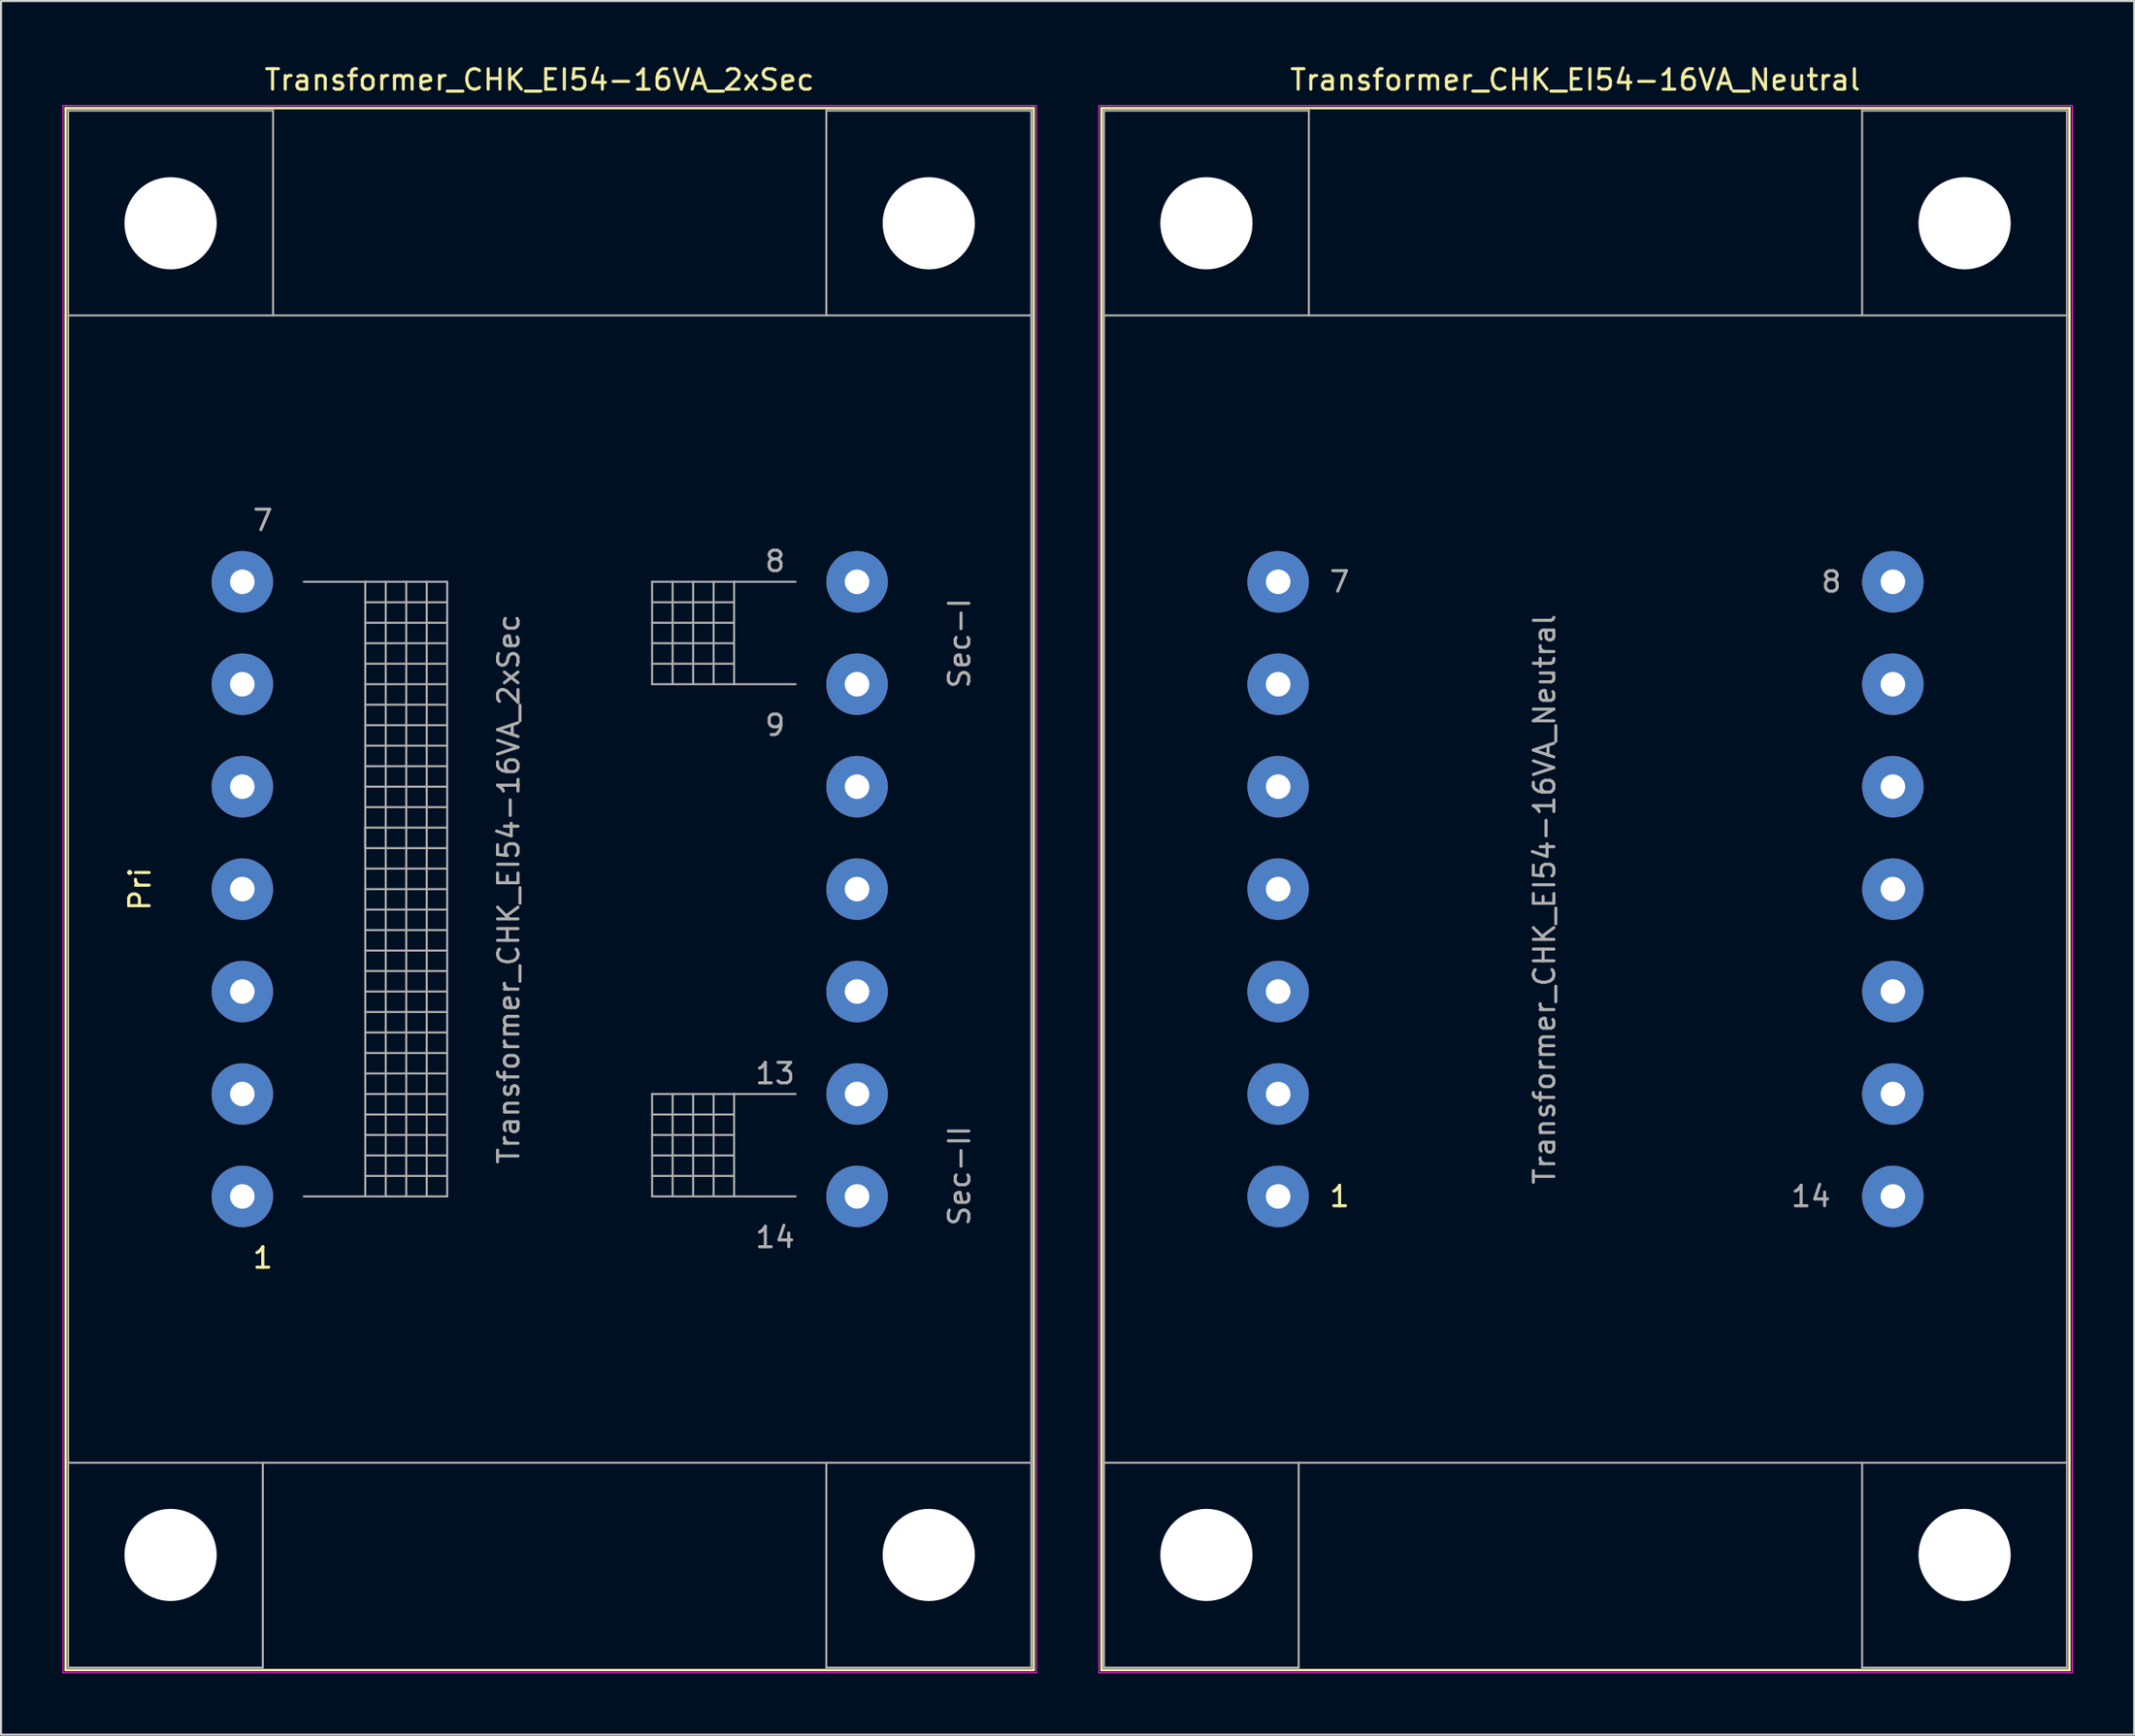
<source format=kicad_pcb>
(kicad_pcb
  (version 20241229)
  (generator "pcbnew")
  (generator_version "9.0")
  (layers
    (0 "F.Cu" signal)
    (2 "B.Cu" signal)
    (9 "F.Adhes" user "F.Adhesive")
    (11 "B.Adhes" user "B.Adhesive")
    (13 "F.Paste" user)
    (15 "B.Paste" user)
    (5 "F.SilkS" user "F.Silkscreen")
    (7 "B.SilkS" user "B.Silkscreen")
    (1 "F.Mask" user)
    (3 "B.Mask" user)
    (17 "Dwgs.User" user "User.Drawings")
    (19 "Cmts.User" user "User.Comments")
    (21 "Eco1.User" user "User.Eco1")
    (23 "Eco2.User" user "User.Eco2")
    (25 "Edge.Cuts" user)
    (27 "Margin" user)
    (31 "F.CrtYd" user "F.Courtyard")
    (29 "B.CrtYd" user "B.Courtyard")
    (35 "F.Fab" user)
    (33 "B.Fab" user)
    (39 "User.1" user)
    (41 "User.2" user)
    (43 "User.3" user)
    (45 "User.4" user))
  (footprint "Transformer_CHK_EI54-16VA_2xSec"
    (layer "F.Cu")
    (at 8.775 55.348)
    (property "Reference" "Transformer_CHK_EI54-16VA_2xSec" (at 14.5 -54.5 0) (layer "F.SilkS") (effects (font (size 1 1) (thickness 0.15))))
    (attr through_hole)
    (fp_line (start -8.62 -53.12) (end -8.62 23.12) (stroke (width 0.12) (type solid)) (layer "F.SilkS"))
    (fp_line (start -8.62 -53.12) (end 38.62 -53.12) (stroke (width 0.12) (type solid)) (layer "F.SilkS"))
    (fp_line (start 38.62 23.12) (end -8.62 23.12) (stroke (width 0.12) (type solid)) (layer "F.SilkS"))
    (fp_line (start 38.62 23.12) (end 38.62 -53.12) (stroke (width 0.12) (type solid)) (layer "F.SilkS"))
    (fp_line (start -8.75 -53.25) (end -8.75 23.25) (stroke (width 0.05) (type solid)) (layer "F.CrtYd"))
    (fp_line (start -8.75 -53.25) (end 38.75 -53.25) (stroke (width 0.05) (type solid)) (layer "F.CrtYd"))
    (fp_line (start 38.75 23.25) (end -8.75 23.25) (stroke (width 0.05) (type solid)) (layer "F.CrtYd"))
    (fp_line (start 38.75 23.25) (end 38.75 -53.25) (stroke (width 0.05) (type solid)) (layer "F.CrtYd"))
    (fp_line (start -8.5 -53) (end 1.5 -53) (stroke (width 0.1) (type solid)) (layer "F.Fab"))
    (fp_line (start -8.5 -43) (end -8.5 -53) (stroke (width 0.1) (type solid)) (layer "F.Fab"))
    (fp_line (start -8.5 -43) (end -8.5 13) (stroke (width 0.1) (type solid)) (layer "F.Fab"))
    (fp_line (start -8.5 13) (end -8.5 23) (stroke (width 0.1) (type solid)) (layer "F.Fab"))
    (fp_line (start -8.5 13) (end 38.5 13) (stroke (width 0.1) (type solid)) (layer "F.Fab"))
    (fp_line (start -8.5 23) (end 1 23) (stroke (width 0.1) (type solid)) (layer "F.Fab"))
    (fp_line (start 1 23) (end 1 13) (stroke (width 0.1) (type solid)) (layer "F.Fab"))
    (fp_line (start 1.5 -53) (end 1.5 -43) (stroke (width 0.1) (type solid)) (layer "F.Fab"))
    (fp_line (start 3 -30) (end 6 -30) (stroke (width 0.1) (type solid)) (layer "F.Fab"))
    (fp_line (start 6 -30) (end 6 0) (stroke (width 0.1) (type solid)) (layer "F.Fab"))
    (fp_line (start 6 -30) (end 10 -30) (stroke (width 0.1) (type solid)) (layer "F.Fab"))
    (fp_line (start 6 -29) (end 10 -29) (stroke (width 0.1) (type solid)) (layer "F.Fab"))
    (fp_line (start 6 -27) (end 10 -27) (stroke (width 0.1) (type solid)) (layer "F.Fab"))
    (fp_line (start 6 -25) (end 10 -25) (stroke (width 0.1) (type solid)) (layer "F.Fab"))
    (fp_line (start 6 -23) (end 10 -23) (stroke (width 0.1) (type solid)) (layer "F.Fab"))
    (fp_line (start 6 -21) (end 10 -21) (stroke (width 0.1) (type solid)) (layer "F.Fab"))
    (fp_line (start 6 -19) (end 10 -19) (stroke (width 0.1) (type solid)) (layer "F.Fab"))
    (fp_line (start 6 -18) (end 6 -17) (stroke (width 0.1) (type solid)) (layer "F.Fab"))
    (fp_line (start 6 -17) (end 10 -17) (stroke (width 0.1) (type solid)) (layer "F.Fab"))
    (fp_line (start 6 -15) (end 10 -15) (stroke (width 0.1) (type solid)) (layer "F.Fab"))
    (fp_line (start 6 -13) (end 10 -13) (stroke (width 0.1) (type solid)) (layer "F.Fab"))
    (fp_line (start 6 -11) (end 10 -11) (stroke (width 0.1) (type solid)) (layer "F.Fab"))
    (fp_line (start 6 -9) (end 10 -9) (stroke (width 0.1) (type solid)) (layer "F.Fab"))
    (fp_line (start 6 -7) (end 10 -7) (stroke (width 0.1) (type solid)) (layer "F.Fab"))
    (fp_line (start 6 -5) (end 10 -5) (stroke (width 0.1) (type solid)) (layer "F.Fab"))
    (fp_line (start 6 -3) (end 10 -3) (stroke (width 0.1) (type solid)) (layer "F.Fab"))
    (fp_line (start 6 -1) (end 10 -1) (stroke (width 0.1) (type solid)) (layer "F.Fab"))
    (fp_line (start 6 0) (end 3 0) (stroke (width 0.1) (type solid)) (layer "F.Fab"))
    (fp_line (start 7 0) (end 7 -30) (stroke (width 0.1) (type solid)) (layer "F.Fab"))
    (fp_line (start 8 -30) (end 8 0) (stroke (width 0.1) (type solid)) (layer "F.Fab"))
    (fp_line (start 9 0) (end 9 -30) (stroke (width 0.1) (type solid)) (layer "F.Fab"))
    (fp_line (start 10 -30) (end 10 0) (stroke (width 0.1) (type solid)) (layer "F.Fab"))
    (fp_line (start 10 -28) (end 6 -28) (stroke (width 0.1) (type solid)) (layer "F.Fab"))
    (fp_line (start 10 -26) (end 6 -26) (stroke (width 0.1) (type solid)) (layer "F.Fab"))
    (fp_line (start 10 -24) (end 6 -24) (stroke (width 0.1) (type solid)) (layer "F.Fab"))
    (fp_line (start 10 -22) (end 6 -22) (stroke (width 0.1) (type solid)) (layer "F.Fab"))
    (fp_line (start 10 -20) (end 6 -20) (stroke (width 0.1) (type solid)) (layer "F.Fab"))
    (fp_line (start 10 -18) (end 6 -18) (stroke (width 0.1) (type solid)) (layer "F.Fab"))
    (fp_line (start 10 -16) (end 6 -16) (stroke (width 0.1) (type solid)) (layer "F.Fab"))
    (fp_line (start 10 -14) (end 6 -14) (stroke (width 0.1) (type solid)) (layer "F.Fab"))
    (fp_line (start 10 -12) (end 6 -12) (stroke (width 0.1) (type solid)) (layer "F.Fab"))
    (fp_line (start 10 -10) (end 6 -10) (stroke (width 0.1) (type solid)) (layer "F.Fab"))
    (fp_line (start 10 -8) (end 6 -8) (stroke (width 0.1) (type solid)) (layer "F.Fab"))
    (fp_line (start 10 -6) (end 6 -6) (stroke (width 0.1) (type solid)) (layer "F.Fab"))
    (fp_line (start 10 -4) (end 6 -4) (stroke (width 0.1) (type solid)) (layer "F.Fab"))
    (fp_line (start 10 -2) (end 6 -2) (stroke (width 0.1) (type solid)) (layer "F.Fab"))
    (fp_line (start 10 0) (end 6 0) (stroke (width 0.1) (type solid)) (layer "F.Fab"))
    (fp_line (start 20 -30) (end 20 -25) (stroke (width 0.1) (type solid)) (layer "F.Fab"))
    (fp_line (start 20 -29) (end 24 -29) (stroke (width 0.1) (type solid)) (layer "F.Fab"))
    (fp_line (start 20 -27) (end 24 -27) (stroke (width 0.1) (type solid)) (layer "F.Fab"))
    (fp_line (start 20 -25) (end 24 -25) (stroke (width 0.1) (type solid)) (layer "F.Fab"))
    (fp_line (start 20 -5) (end 20 0) (stroke (width 0.1) (type solid)) (layer "F.Fab"))
    (fp_line (start 20 -4) (end 24 -4) (stroke (width 0.1) (type solid)) (layer "F.Fab"))
    (fp_line (start 20 -2) (end 24 -2) (stroke (width 0.1) (type solid)) (layer "F.Fab"))
    (fp_line (start 20 0) (end 24 0) (stroke (width 0.1) (type solid)) (layer "F.Fab"))
    (fp_line (start 21 -25) (end 21 -30) (stroke (width 0.1) (type solid)) (layer "F.Fab"))
    (fp_line (start 21 0) (end 21 -5) (stroke (width 0.1) (type solid)) (layer "F.Fab"))
    (fp_line (start 22 -30) (end 22 -25) (stroke (width 0.1) (type solid)) (layer "F.Fab"))
    (fp_line (start 22 -5) (end 22 0) (stroke (width 0.1) (type solid)) (layer "F.Fab"))
    (fp_line (start 23 -25) (end 23 -30) (stroke (width 0.1) (type solid)) (layer "F.Fab"))
    (fp_line (start 23 0) (end 23 -5) (stroke (width 0.1) (type solid)) (layer "F.Fab"))
    (fp_line (start 24 -30) (end 20 -30) (stroke (width 0.1) (type solid)) (layer "F.Fab"))
    (fp_line (start 24 -30) (end 24 -25) (stroke (width 0.1) (type solid)) (layer "F.Fab"))
    (fp_line (start 24 -28) (end 20 -28) (stroke (width 0.1) (type solid)) (layer "F.Fab"))
    (fp_line (start 24 -26) (end 20 -26) (stroke (width 0.1) (type solid)) (layer "F.Fab"))
    (fp_line (start 24 -25) (end 27 -25) (stroke (width 0.1) (type solid)) (layer "F.Fab"))
    (fp_line (start 24 -5) (end 20 -5) (stroke (width 0.1) (type solid)) (layer "F.Fab"))
    (fp_line (start 24 -5) (end 24 0) (stroke (width 0.1) (type solid)) (layer "F.Fab"))
    (fp_line (start 24 -3) (end 20 -3) (stroke (width 0.1) (type solid)) (layer "F.Fab"))
    (fp_line (start 24 -1) (end 20 -1) (stroke (width 0.1) (type solid)) (layer "F.Fab"))
    (fp_line (start 24 0) (end 27 0) (stroke (width 0.1) (type solid)) (layer "F.Fab"))
    (fp_line (start 27 -30) (end 24 -30) (stroke (width 0.1) (type solid)) (layer "F.Fab"))
    (fp_line (start 27 -5) (end 24 -5) (stroke (width 0.1) (type solid)) (layer "F.Fab"))
    (fp_line (start 28.5 -53) (end 28.5 -43) (stroke (width 0.1) (type solid)) (layer "F.Fab"))
    (fp_line (start 28.5 23) (end 28.5 13) (stroke (width 0.1) (type solid)) (layer "F.Fab"))
    (fp_line (start 38.5 -53) (end 28.5 -53) (stroke (width 0.1) (type solid)) (layer "F.Fab"))
    (fp_line (start 38.5 -43) (end -8.5 -43) (stroke (width 0.1) (type solid)) (layer "F.Fab"))
    (fp_line (start 38.5 -43) (end 38.5 -53) (stroke (width 0.1) (type solid)) (layer "F.Fab"))
    (fp_line (start 38.5 13) (end 38.5 -43) (stroke (width 0.1) (type solid)) (layer "F.Fab"))
    (fp_line (start 38.5 13) (end 38.5 23) (stroke (width 0.1) (type solid)) (layer "F.Fab"))
    (fp_line (start 38.5 23) (end 28.5 23) (stroke (width 0.1) (type solid)) (layer "F.Fab"))
    (fp_text user "1" (at 1 3 0) (layer "F.SilkS") (effects (font (size 1 1) (thickness 0.15))))
    (fp_text user "Pri" (at -5 -15 90) (layer "F.SilkS") (effects (font (size 1 1) (thickness 0.15))))
    (fp_text user "Sec-I" (at 35 -27 90) (layer "F.Fab") (effects (font (size 1 1) (thickness 0.15))))
    (fp_text user "8" (at 26 -31 0) (layer "F.Fab") (effects (font (size 1 1) (thickness 0.15))))
    (fp_text user "9" (at 26 -23 0) (layer "F.Fab") (effects (font (size 1 1) (thickness 0.15))))
    (fp_text user "14" (at 26 2 0) (layer "F.Fab") (effects (font (size 1 1) (thickness 0.15))))
    (fp_text user "13" (at 26 -6 0) (layer "F.Fab") (effects (font (size 1 1) (thickness 0.15))))
    (fp_text user "${REFERENCE}" (at 13 -15 90) (layer "F.Fab") (effects (font (size 1 1) (thickness 0.15))))
    (fp_text user "7" (at 1 -33 0) (layer "F.Fab") (effects (font (size 1 1) (thickness 0.15))))
    (fp_text user "Sec-II" (at 35 -1 90) (layer "F.Fab") (effects (font (size 1 1) (thickness 0.15))))
    (pad "" np_thru_hole circle (at -3.5 -47.5) (size 4.5 4.5) (drill 4.5) (layers "*.Cu" "*.Mask"))
    (pad "" np_thru_hole circle (at -3.5 17.5) (size 4.5 4.5) (drill 4.5) (layers "*.Cu" "*.Mask"))
    (pad "" np_thru_hole circle (at 33.5 -47.5) (size 4.5 4.5) (drill 4.5) (layers "*.Cu" "*.Mask"))
    (pad "" np_thru_hole circle (at 33.5 17.5) (size 4.5 4.5) (drill 4.5) (layers "*.Cu" "*.Mask"))
    (pad "1" thru_hole circle (at 0 0) (size 3 3) (drill 1.2) (layers "*.Cu" "*.Mask"))
    (pad "2" thru_hole circle (at 0 -5) (size 3 3) (drill 1.2) (layers "*.Cu" "*.Mask"))
    (pad "3" thru_hole circle (at 0 -10) (size 3 3) (drill 1.2) (layers "*.Cu" "*.Mask"))
    (pad "4" thru_hole circle (at 0 -15) (size 3 3) (drill 1.2) (layers "*.Cu" "*.Mask"))
    (pad "5" thru_hole circle (at 0 -20) (size 3 3) (drill 1.2) (layers "*.Cu" "*.Mask"))
    (pad "6" thru_hole circle (at 0 -25) (size 3 3) (drill 1.2) (layers "*.Cu" "*.Mask"))
    (pad "7" thru_hole circle (at 0 -30) (size 3 3) (drill 1.2) (layers "*.Cu" "*.Mask"))
    (pad "8" thru_hole circle (at 30 -30) (size 3 3) (drill 1.2) (layers "*.Cu" "*.Mask"))
    (pad "9" thru_hole circle (at 30 -25) (size 3 3) (drill 1.2) (layers "*.Cu" "*.Mask"))
    (pad "10" thru_hole circle (at 30 -20) (size 3 3) (drill 1.2) (layers "*.Cu" "*.Mask"))
    (pad "11" thru_hole circle (at 30 -15) (size 3 3) (drill 1.2) (layers "*.Cu" "*.Mask"))
    (pad "12" thru_hole circle (at 30 -10) (size 3 3) (drill 1.2) (layers "*.Cu" "*.Mask"))
    (pad "13" thru_hole circle (at 30 -5) (size 3 3) (drill 1.2) (layers "*.Cu" "*.Mask"))
    (pad "14" thru_hole circle (at 30 0) (size 3 3) (drill 1.2) (layers "*.Cu" "*.Mask")))
  (footprint "Transformer_CHK_EI54-16VA_Neutral"
    (layer "F.Cu")
    (at 59.325 55.348)
    (property "Reference" "Transformer_CHK_EI54-16VA_Neutral" (at 14.5 -54.5 0) (layer "F.SilkS") (effects (font (size 1 1) (thickness 0.15))))
    (attr through_hole)
    (fp_line (start -8.62 -53.12) (end -8.62 23.12) (stroke (width 0.12) (type solid)) (layer "F.SilkS"))
    (fp_line (start -8.62 -53.12) (end 38.62 -53.12) (stroke (width 0.12) (type solid)) (layer "F.SilkS"))
    (fp_line (start 38.62 23.12) (end -8.62 23.12) (stroke (width 0.12) (type solid)) (layer "F.SilkS"))
    (fp_line (start 38.62 23.12) (end 38.62 -53.12) (stroke (width 0.12) (type solid)) (layer "F.SilkS"))
    (fp_line (start -8.75 -53.25) (end -8.75 23.25) (stroke (width 0.05) (type solid)) (layer "F.CrtYd"))
    (fp_line (start -8.75 -53.25) (end 38.75 -53.25) (stroke (width 0.05) (type solid)) (layer "F.CrtYd"))
    (fp_line (start 38.75 23.25) (end -8.75 23.25) (stroke (width 0.05) (type solid)) (layer "F.CrtYd"))
    (fp_line (start 38.75 23.25) (end 38.75 -53.25) (stroke (width 0.05) (type solid)) (layer "F.CrtYd"))
    (fp_line (start -8.5 -53) (end 1.5 -53) (stroke (width 0.1) (type solid)) (layer "F.Fab"))
    (fp_line (start -8.5 -43) (end -8.5 -53) (stroke (width 0.1) (type solid)) (layer "F.Fab"))
    (fp_line (start -8.5 -43) (end -8.5 13) (stroke (width 0.1) (type solid)) (layer "F.Fab"))
    (fp_line (start -8.5 13) (end -8.5 23) (stroke (width 0.1) (type solid)) (layer "F.Fab"))
    (fp_line (start -8.5 13) (end 38.5 13) (stroke (width 0.1) (type solid)) (layer "F.Fab"))
    (fp_line (start -8.5 23) (end 1 23) (stroke (width 0.1) (type solid)) (layer "F.Fab"))
    (fp_line (start 1 23) (end 1 13) (stroke (width 0.1) (type solid)) (layer "F.Fab"))
    (fp_line (start 1.5 -53) (end 1.5 -43) (stroke (width 0.1) (type solid)) (layer "F.Fab"))
    (fp_line (start 28.5 -53) (end 28.5 -43) (stroke (width 0.1) (type solid)) (layer "F.Fab"))
    (fp_line (start 28.5 23) (end 28.5 13) (stroke (width 0.1) (type solid)) (layer "F.Fab"))
    (fp_line (start 38.5 -53) (end 28.5 -53) (stroke (width 0.1) (type solid)) (layer "F.Fab"))
    (fp_line (start 38.5 -43) (end -8.5 -43) (stroke (width 0.1) (type solid)) (layer "F.Fab"))
    (fp_line (start 38.5 -43) (end 38.5 -53) (stroke (width 0.1) (type solid)) (layer "F.Fab"))
    (fp_line (start 38.5 13) (end 38.5 -43) (stroke (width 0.1) (type solid)) (layer "F.Fab"))
    (fp_line (start 38.5 13) (end 38.5 23) (stroke (width 0.1) (type solid)) (layer "F.Fab"))
    (fp_line (start 38.5 23) (end 28.5 23) (stroke (width 0.1) (type solid)) (layer "F.Fab"))
    (fp_text user "1" (at 3 0 0) (layer "F.SilkS") (effects (font (size 1 1) (thickness 0.15))))
    (fp_text user "7" (at 3 -30 0) (layer "F.Fab") (effects (font (size 1 1) (thickness 0.15))))
    (fp_text user "14" (at 26 0 0) (layer "F.Fab") (effects (font (size 1 1) (thickness 0.15))))
    (fp_text user "8" (at 27 -30 0) (layer "F.Fab") (effects (font (size 1 1) (thickness 0.15))))
    (fp_text user "${REFERENCE}" (at 13 -14.5 90) (layer "F.Fab") (effects (font (size 1 1) (thickness 0.15))))
    (pad "" np_thru_hole circle (at -3.5 -47.5) (size 4.5 4.5) (drill 4.5) (layers "*.Cu" "*.Mask"))
    (pad "" np_thru_hole circle (at -3.5 17.5) (size 4.5 4.5) (drill 4.5) (layers "*.Cu" "*.Mask"))
    (pad "" np_thru_hole circle (at 33.5 -47.5) (size 4.5 4.5) (drill 4.5) (layers "*.Cu" "*.Mask"))
    (pad "" np_thru_hole circle (at 33.5 17.5) (size 4.5 4.5) (drill 4.5) (layers "*.Cu" "*.Mask"))
    (pad "1" thru_hole circle (at 0 0) (size 3 3) (drill 1.2) (layers "*.Cu" "*.Mask"))
    (pad "2" thru_hole circle (at 0 -5) (size 3 3) (drill 1.2) (layers "*.Cu" "*.Mask"))
    (pad "3" thru_hole circle (at 0 -10) (size 3 3) (drill 1.2) (layers "*.Cu" "*.Mask"))
    (pad "4" thru_hole circle (at 0 -15) (size 3 3) (drill 1.2) (layers "*.Cu" "*.Mask"))
    (pad "5" thru_hole circle (at 0 -20) (size 3 3) (drill 1.2) (layers "*.Cu" "*.Mask"))
    (pad "6" thru_hole circle (at 0 -25) (size 3 3) (drill 1.2) (layers "*.Cu" "*.Mask"))
    (pad "7" thru_hole circle (at 0 -30) (size 3 3) (drill 1.2) (layers "*.Cu" "*.Mask"))
    (pad "8" thru_hole circle (at 30 -30) (size 3 3) (drill 1.2) (layers "*.Cu" "*.Mask"))
    (pad "9" thru_hole circle (at 30 -25) (size 3 3) (drill 1.2) (layers "*.Cu" "*.Mask"))
    (pad "10" thru_hole circle (at 30 -20) (size 3 3) (drill 1.2) (layers "*.Cu" "*.Mask"))
    (pad "11" thru_hole circle (at 30 -15) (size 3 3) (drill 1.2) (layers "*.Cu" "*.Mask"))
    (pad "12" thru_hole circle (at 30 -10) (size 3 3) (drill 1.2) (layers "*.Cu" "*.Mask"))
    (pad "13" thru_hole circle (at 30 -5) (size 3 3) (drill 1.2) (layers "*.Cu" "*.Mask"))
    (pad "14" thru_hole circle (at 30 0) (size 3 3) (drill 1.2) (layers "*.Cu" "*.Mask")))
  (gr_rect
    (start -3 -3)
    (end 101.1 81.623)
    (stroke (width 0.1) (type default))
    (fill no)
    (layer "Edge.Cuts")))
</source>
